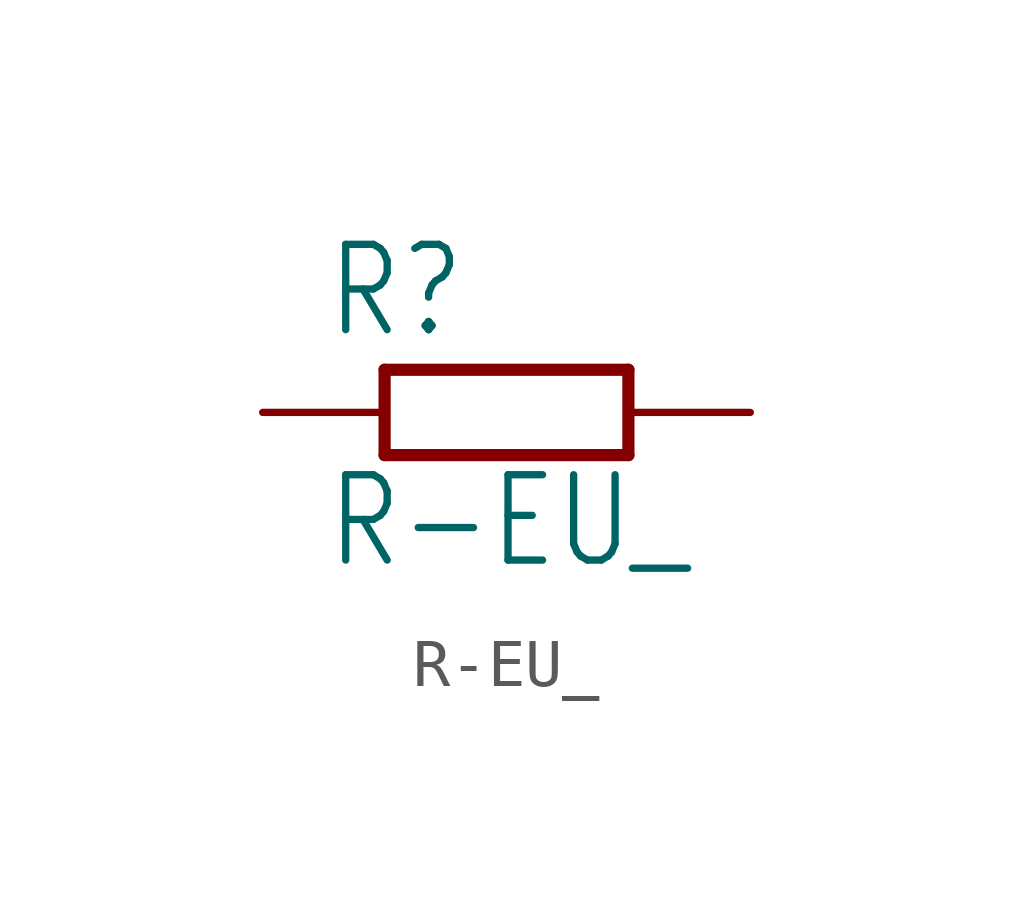
<source format=kicad_sym>
(kicad_symbol_lib
  (version 20220331)
  (generator kicad_symbol_editor)
  (symbol "R-EU_"
    (property "Reference" "R"
      (at -3.81 1.499 0)
      (effects (font (size 1.778 1.511)) (justify left bottom)))
    (property "Value" "R-EU_"
      (at -3.81 -3.302 0)
      (effects (font (size 1.778 1.511)) (justify left bottom)))
    (property "ki_locked" ""
      (at 0 0 0)
      (effects (font (size 1.27 1.27))))
    (symbol "R-EU__1_0"
      (polyline (pts (xy -2.54 -0.889) (xy -2.54 0.889)) (stroke (width 0.254) (type solid)) (fill (type none)))
      (polyline (pts (xy -2.54 -0.889) (xy 2.54 -0.889)) (stroke (width 0.254) (type solid)) (fill (type none)))
      (polyline (pts (xy 2.54 -0.889) (xy 2.54 0.889)) (stroke (width 0.254) (type solid)) (fill (type none)))
      (polyline (pts (xy 2.54 0.889) (xy -2.54 0.889)) (stroke (width 0.254) (type solid)) (fill (type none)))
      (pin passive line (at -5.08 0 0) (length 2.54) (name "1" (effects (font (size 0 0)))) (number "1" (effects (font (size 0 0)))))
      (pin passive line (at 5.08 0 180) (length 2.54) (name "2" (effects (font (size 0 0)))) (number "2" (effects (font (size 0 0))))))))
</source>
